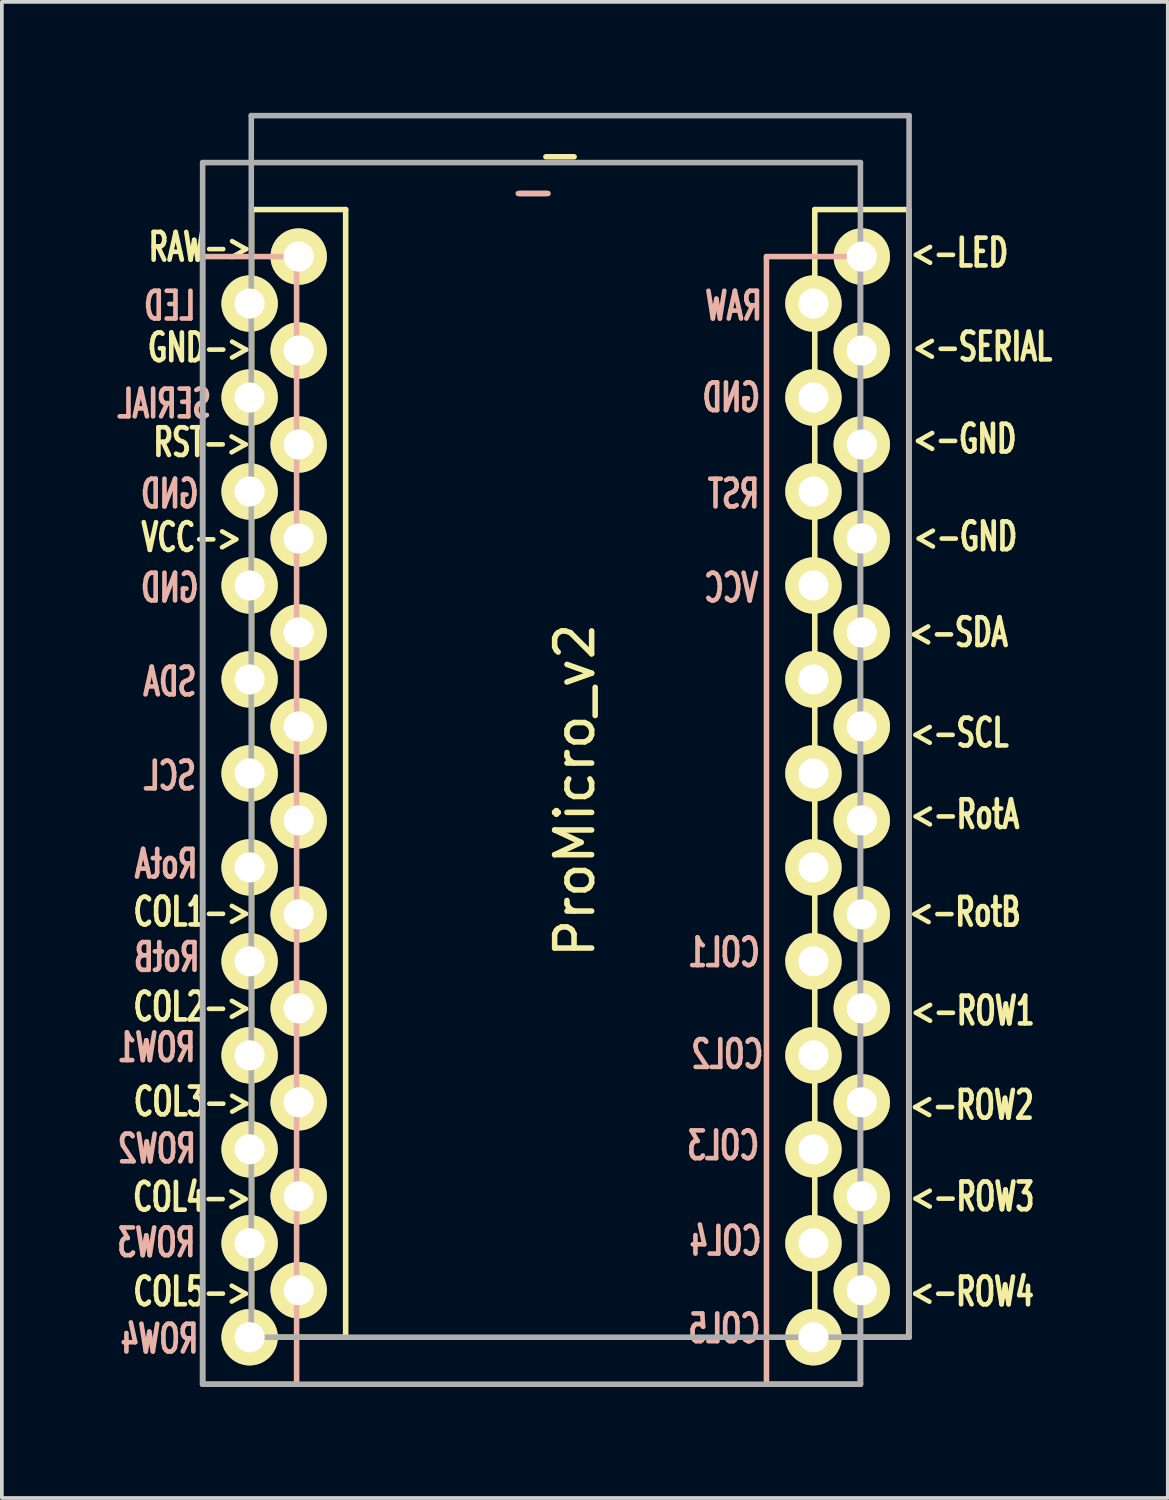
<source format=kicad_pcb>
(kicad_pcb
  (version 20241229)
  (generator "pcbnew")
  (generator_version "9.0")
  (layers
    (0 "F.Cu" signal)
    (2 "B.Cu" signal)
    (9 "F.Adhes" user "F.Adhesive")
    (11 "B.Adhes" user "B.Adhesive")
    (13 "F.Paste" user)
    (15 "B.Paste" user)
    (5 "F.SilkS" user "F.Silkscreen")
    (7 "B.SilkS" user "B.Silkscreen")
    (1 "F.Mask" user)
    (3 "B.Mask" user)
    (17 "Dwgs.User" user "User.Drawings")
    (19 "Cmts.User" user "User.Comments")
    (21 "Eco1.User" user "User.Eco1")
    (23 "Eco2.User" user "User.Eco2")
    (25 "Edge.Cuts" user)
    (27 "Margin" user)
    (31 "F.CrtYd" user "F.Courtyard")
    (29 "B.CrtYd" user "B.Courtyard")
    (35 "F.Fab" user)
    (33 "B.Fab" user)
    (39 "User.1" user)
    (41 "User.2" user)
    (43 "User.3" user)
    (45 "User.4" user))
  (footprint "ProMicro_v2"
    (layer "F.Cu")
    (at 12.587 18.363)
    (property "Reference" "ProMicro_v2" (at -0.1 -0.05 90) (layer "F.SilkS") (effects (font (size 1 1) (thickness 0.15))))
    (attr through_hole)
    (fp_line (start -8.834 -15.748) (end -6.294 -15.748) (stroke (width 0.15) (type solid)) (layer "F.SilkS"))
    (fp_line (start -8.834 14.732) (end -8.834 -15.748) (stroke (width 0.15) (type solid)) (layer "F.SilkS"))
    (fp_line (start -6.294 -15.748) (end -6.294 14.732) (stroke (width 0.15) (type solid)) (layer "F.SilkS"))
    (fp_line (start -6.294 14.732) (end -8.834 14.732) (stroke (width 0.15) (type solid)) (layer "F.SilkS"))
    (fp_line (start 6.386 -15.748) (end 8.926 -15.748) (stroke (width 0.15) (type solid)) (layer "F.SilkS"))
    (fp_line (start 6.386 14.732) (end 6.386 -15.748) (stroke (width 0.15) (type solid)) (layer "F.SilkS"))
    (fp_line (start 8.926 -15.748) (end 8.926 14.732) (stroke (width 0.15) (type solid)) (layer "F.SilkS"))
    (fp_line (start 8.926 14.732) (end 6.386 14.732) (stroke (width 0.15) (type solid)) (layer "F.SilkS"))
    (fp_line (start -10.16 -14.478) (end -7.62 -14.478) (stroke (width 0.15) (type solid)) (layer "B.SilkS"))
    (fp_line (start -10.16 16.002) (end -10.16 -14.478) (stroke (width 0.15) (type solid)) (layer "B.SilkS"))
    (fp_line (start -7.62 -14.478) (end -7.62 16.002) (stroke (width 0.15) (type solid)) (layer "B.SilkS"))
    (fp_line (start -7.62 16.002) (end -10.16 16.002) (stroke (width 0.15) (type solid)) (layer "B.SilkS"))
    (fp_line (start 5.08 -14.478) (end 7.62 -14.478) (stroke (width 0.15) (type solid)) (layer "B.SilkS"))
    (fp_line (start 5.08 16.002) (end 5.08 -14.478) (stroke (width 0.15) (type solid)) (layer "B.SilkS"))
    (fp_line (start 7.62 -14.478) (end 7.62 16.002) (stroke (width 0.15) (type solid)) (layer "B.SilkS"))
    (fp_line (start 7.62 16.002) (end 5.08 16.002) (stroke (width 0.15) (type solid)) (layer "B.SilkS"))
    (fp_line (start -10.16 -17.018) (end 7.62 -17.018) (stroke (width 0.15) (type solid)) (layer "F.Fab"))
    (fp_line (start -10.16 16.002) (end -10.16 -17.018) (stroke (width 0.15) (type solid)) (layer "F.Fab"))
    (fp_line (start -8.845 -18.288) (end 8.935 -18.288) (stroke (width 0.15) (type solid)) (layer "F.Fab"))
    (fp_line (start -8.845 14.732) (end -8.845 -18.288) (stroke (width 0.15) (type solid)) (layer "F.Fab"))
    (fp_line (start 7.62 -17.018) (end 7.62 16.002) (stroke (width 0.15) (type solid)) (layer "F.Fab"))
    (fp_line (start 7.62 16.002) (end -10.16 16.002) (stroke (width 0.15) (type solid)) (layer "F.Fab"))
    (fp_line (start 8.935 -18.288) (end 8.935 14.732) (stroke (width 0.15) (type solid)) (layer "F.Fab"))
    (fp_line (start 8.935 14.732) (end -8.845 14.732) (stroke (width 0.15) (type solid)) (layer "F.Fab"))
    (fp_text user "<-GND" (at 10.46 -6.91 0) (unlocked yes) (layer "F.SilkS") (effects (font (size 0.75 0.5) (thickness 0.125))))
    (fp_text user "VCC->" (at -10.467 -6.89 0) (unlocked yes) (layer "F.SilkS") (effects (font (size 0.75 0.5) (thickness 0.125))))
    (fp_text user "<-LED" (at 10.3 -14.58 0) (unlocked yes) (layer "F.SilkS") (effects (font (size 0.75 0.5) (thickness 0.125))))
    (fp_text user "COL1->" (at -10.441 3.233 0) (unlocked yes) (layer "F.SilkS") (effects (font (size 0.75 0.5) (thickness 0.125))))
    (fp_text user "COL2->" (at -10.442 5.8 0) (unlocked yes) (layer "F.SilkS") (effects (font (size 0.75 0.5) (thickness 0.125))))
    (fp_text user "RAW->" (at -10.234 -14.735 0) (unlocked yes) (layer "F.SilkS") (effects (font (size 0.75 0.5) (thickness 0.125))))
    (fp_text user "RST->" (at -10.176 -9.456 0) (unlocked yes) (layer "F.SilkS") (effects (font (size 0.75 0.5) (thickness 0.125))))
    (fp_text user "COL5->" (at -10.445 13.499 0) (unlocked yes) (layer "F.SilkS") (effects (font (size 0.75 0.5) (thickness 0.125))))
    (fp_text user "COL4->" (at -10.453 10.943 0) (unlocked yes) (layer "F.SilkS") (effects (font (size 0.75 0.5) (thickness 0.125))))
    (fp_text user "-" (at -0.5 -17.25 180) (layer "F.SilkS") (effects (font (size 1 1) (thickness 0.15))))
    (fp_text user "<-SCL" (at 10.302 -1.605 0) (unlocked yes) (layer "F.SilkS") (effects (font (size 0.75 0.5) (thickness 0.125))))
    (fp_text user "<-ROW3" (at 10.648 10.931 0) (unlocked yes) (layer "F.SilkS") (effects (font (size 0.75 0.5) (thickness 0.125))))
    (fp_text user "<-ROW1" (at 10.657 5.908 0) (unlocked yes) (layer "F.SilkS") (effects (font (size 0.75 0.5) (thickness 0.125))))
    (fp_text user "<-RotA" (at 10.45 0.6 0) (unlocked yes) (layer "F.SilkS") (effects (font (size 0.75 0.5) (thickness 0.125))))
    (fp_text user "<-SERIAL" (at 10.92 -12.04 0) (unlocked yes) (layer "F.SilkS") (effects (font (size 0.75 0.5) (thickness 0.125))))
    (fp_text user "<-GND" (at 10.44 -9.55 0) (unlocked yes) (layer "F.SilkS") (effects (font (size 0.75 0.5) (thickness 0.125))))
    (fp_text user "<-SDA" (at 10.272 -4.32 0) (unlocked yes) (layer "F.SilkS") (effects (font (size 0.75 0.5) (thickness 0.125))))
    (fp_text user "<-ROW2" (at 10.634 8.456 0) (unlocked yes) (layer "F.SilkS") (effects (font (size 0.75 0.5) (thickness 0.125))))
    (fp_text user "<-ROW4" (at 10.638 13.501 0) (unlocked yes) (layer "F.SilkS") (effects (font (size 0.75 0.5) (thickness 0.125))))
    (fp_text user "<-RotB" (at 10.45 3.24 0) (unlocked yes) (layer "F.SilkS") (effects (font (size 0.75 0.5) (thickness 0.125))))
    (fp_text user "GND->" (at -10.245 -12.018 0) (unlocked yes) (layer "F.SilkS") (effects (font (size 0.75 0.5) (thickness 0.125))))
    (fp_text user "COL3->" (at -10.433 8.365 0) (unlocked yes) (layer "F.SilkS") (effects (font (size 0.75 0.5) (thickness 0.125))))
    (fp_text user "RotA" (at -11.15 1.94 0) (unlocked yes) (layer "B.SilkS") (effects (font (size 0.75 0.5) (thickness 0.125)) (justify mirror)))
    (fp_text user "SDA" (at -11.049 -2.985 0) (unlocked yes) (layer "B.SilkS") (effects (font (size 0.75 0.5) (thickness 0.125)) (justify mirror)))
    (fp_text user "ROW1" (at -11.408 6.9 0) (unlocked yes) (layer "B.SilkS") (effects (font (size 0.75 0.5) (thickness 0.125)) (justify mirror)))
    (fp_text user "GND" (at -11.049 -8.065 0) (unlocked yes) (layer "B.SilkS") (effects (font (size 0.75 0.5) (thickness 0.125)) (justify mirror)))
    (fp_text user "COL3" (at 3.91 9.55 0) (unlocked yes) (layer "B.SilkS") (effects (font (size 0.75 0.5) (thickness 0.125)) (justify mirror)))
    (fp_text user "SERIAL" (at -11.2 -10.5 0) (unlocked yes) (layer "B.SilkS") (effects (font (size 0.75 0.5) (thickness 0.125)) (justify mirror)))
    (fp_text user "GND" (at 4.128 -10.668 0) (unlocked yes) (layer "B.SilkS") (effects (font (size 0.75 0.5) (thickness 0.125)) (justify mirror)))
    (fp_text user "VCC" (at 4.128 -5.524 0) (unlocked yes) (layer "B.SilkS") (effects (font (size 0.75 0.5) (thickness 0.125)) (justify mirror)))
    (fp_text user "ROW2" (at -11.397 9.636 0) (unlocked yes) (layer "B.SilkS") (effects (font (size 0.75 0.5) (thickness 0.125)) (justify mirror)))
    (fp_text user "-" (at -1.206 -16.256 180) (layer "B.SilkS") (effects (font (size 1 1) (thickness 0.15) (italic yes)) (justify mirror)))
    (fp_text user "ROW4" (at -11.327 14.776 0) (unlocked yes) (layer "B.SilkS") (effects (font (size 0.75 0.5) (thickness 0.125)) (justify mirror)))
    (fp_text user "LED" (at -11.049 -13.145 0) (unlocked yes) (layer "B.SilkS") (effects (font (size 0.75 0.5) (thickness 0.125)) (justify mirror)))
    (fp_text user "COL2" (at 4.023 7.084 0) (unlocked yes) (layer "B.SilkS") (effects (font (size 0.75 0.5) (thickness 0.125)) (justify mirror)))
    (fp_text user "ROW3" (at -11.41 12.173 0) (unlocked yes) (layer "B.SilkS") (effects (font (size 0.75 0.5) (thickness 0.125)) (justify mirror)))
    (fp_text user "RotB" (at -11.13 4.46 0) (unlocked yes) (layer "B.SilkS") (effects (font (size 0.75 0.5) (thickness 0.125)) (justify mirror)))
    (fp_text user "GND" (at -11.049 -5.524 0) (unlocked yes) (layer "B.SilkS") (effects (font (size 0.75 0.5) (thickness 0.125)) (justify mirror)))
    (fp_text user "-" (at -1.206 -16.256 180) (layer "B.SilkS") (effects (font (size 1 1) (thickness 0.15)) (justify mirror)))
    (fp_text user "SCL" (at -11.049 -0.445 0) (unlocked yes) (layer "B.SilkS") (effects (font (size 0.75 0.5) (thickness 0.125)) (justify mirror)))
    (fp_text user "COL4" (at 3.97 12.13 0) (unlocked yes) (layer "B.SilkS") (effects (font (size 0.75 0.5) (thickness 0.125)) (justify mirror)))
    (fp_text user "RST" (at 4.191 -8.065 0) (unlocked yes) (layer "B.SilkS") (effects (font (size 0.75 0.5) (thickness 0.125)) (justify mirror)))
    (fp_text user "COL5" (at 3.94 14.498 0) (unlocked yes) (layer "B.SilkS") (effects (font (size 0.75 0.5) (thickness 0.125)) (justify mirror)))
    (fp_text user "COL1" (at 3.931 4.333 0) (unlocked yes) (layer "B.SilkS") (effects (font (size 0.75 0.5) (thickness 0.125)) (justify mirror)))
    (fp_text user "RAW" (at 4.191 -13.145 0) (unlocked yes) (layer "B.SilkS") (effects (font (size 0.75 0.5) (thickness 0.125)) (justify mirror)))
    (pad "1" thru_hole circle (at -8.89 -13.208) (size 1.524 1.524) (drill 0.813) (layers "*.Cu" "*.Mask" "F.SilkS"))
    (pad "1" thru_hole circle (at 7.656 -14.478) (size 1.524 1.524) (drill 0.813) (layers "*.Cu" "*.Mask" "F.SilkS"))
    (pad "2" thru_hole circle (at -8.89 -10.668) (size 1.524 1.524) (drill 0.813) (layers "*.Cu" "*.Mask" "F.SilkS"))
    (pad "2" thru_hole circle (at 7.656 -11.938) (size 1.524 1.524) (drill 0.813) (layers "*.Cu" "*.Mask" "F.SilkS"))
    (pad "3" thru_hole circle (at -8.89 -8.128) (size 1.524 1.524) (drill 0.813) (layers "*.Cu" "*.Mask" "F.SilkS"))
    (pad "3" thru_hole circle (at 7.656 -9.398) (size 1.524 1.524) (drill 0.813) (layers "*.Cu" "*.Mask" "F.SilkS"))
    (pad "4" thru_hole circle (at -8.89 -5.588) (size 1.524 1.524) (drill 0.813) (layers "*.Cu" "*.Mask" "F.SilkS"))
    (pad "4" thru_hole circle (at 7.656 -6.858) (size 1.524 1.524) (drill 0.813) (layers "*.Cu" "*.Mask" "F.SilkS"))
    (pad "5" thru_hole circle (at -8.89 -3.048) (size 1.524 1.524) (drill 0.813) (layers "*.Cu" "*.Mask" "F.SilkS"))
    (pad "5" thru_hole circle (at 7.656 -4.318) (size 1.524 1.524) (drill 0.813) (layers "*.Cu" "*.Mask" "F.SilkS"))
    (pad "6" thru_hole circle (at -8.89 -0.508) (size 1.524 1.524) (drill 0.813) (layers "*.Cu" "*.Mask" "F.SilkS"))
    (pad "6" thru_hole circle (at 7.656 -1.778) (size 1.524 1.524) (drill 0.813) (layers "*.Cu" "*.Mask" "F.SilkS"))
    (pad "7" thru_hole circle (at -8.89 2.032) (size 1.524 1.524) (drill 0.813) (layers "*.Cu" "*.Mask" "F.SilkS"))
    (pad "7" thru_hole circle (at 7.656 0.762) (size 1.524 1.524) (drill 0.813) (layers "*.Cu" "*.Mask" "F.SilkS"))
    (pad "8" thru_hole circle (at -8.89 4.572) (size 1.524 1.524) (drill 0.813) (layers "*.Cu" "*.Mask" "F.SilkS"))
    (pad "8" thru_hole circle (at 7.656 3.302) (size 1.524 1.524) (drill 0.813) (layers "*.Cu" "*.Mask" "F.SilkS"))
    (pad "9" thru_hole circle (at -8.89 7.112) (size 1.524 1.524) (drill 0.813) (layers "*.Cu" "*.Mask" "F.SilkS"))
    (pad "9" thru_hole circle (at 7.656 5.842) (size 1.524 1.524) (drill 0.813) (layers "*.Cu" "*.Mask" "F.SilkS"))
    (pad "10" thru_hole circle (at -8.89 9.652) (size 1.524 1.524) (drill 0.813) (layers "*.Cu" "*.Mask" "F.SilkS"))
    (pad "10" thru_hole circle (at 7.656 8.382) (size 1.524 1.524) (drill 0.813) (layers "*.Cu" "*.Mask" "F.SilkS"))
    (pad "11" thru_hole circle (at -8.89 12.192) (size 1.524 1.524) (drill 0.813) (layers "*.Cu" "*.Mask" "F.SilkS"))
    (pad "11" thru_hole circle (at 7.656 10.922) (size 1.524 1.524) (drill 0.813) (layers "*.Cu" "*.Mask" "F.SilkS"))
    (pad "12" thru_hole circle (at -8.89 14.732) (size 1.524 1.524) (drill 0.813) (layers "*.Cu" "*.Mask" "F.SilkS"))
    (pad "12" thru_hole circle (at 7.656 13.462) (size 1.524 1.524) (drill 0.813) (layers "*.Cu" "*.Mask" "F.SilkS"))
    (pad "13" thru_hole circle (at -7.564 13.462) (size 1.524 1.524) (drill 0.813) (layers "*.Cu" "*.Mask" "F.SilkS"))
    (pad "13" thru_hole circle (at 6.35 14.732) (size 1.524 1.524) (drill 0.813) (layers "*.Cu" "*.Mask" "F.SilkS"))
    (pad "14" thru_hole circle (at -7.564 10.922) (size 1.524 1.524) (drill 0.813) (layers "*.Cu" "*.Mask" "F.SilkS"))
    (pad "14" thru_hole circle (at 6.35 12.192) (size 1.524 1.524) (drill 0.813) (layers "*.Cu" "*.Mask" "F.SilkS"))
    (pad "15" thru_hole circle (at -7.564 8.382) (size 1.524 1.524) (drill 0.813) (layers "*.Cu" "*.Mask" "F.SilkS"))
    (pad "15" thru_hole circle (at 6.35 9.652) (size 1.524 1.524) (drill 0.813) (layers "*.Cu" "*.Mask" "F.SilkS"))
    (pad "16" thru_hole circle (at -7.564 5.842) (size 1.524 1.524) (drill 0.813) (layers "*.Cu" "*.Mask" "F.SilkS"))
    (pad "16" thru_hole circle (at 6.35 7.112) (size 1.524 1.524) (drill 0.813) (layers "*.Cu" "*.Mask" "F.SilkS"))
    (pad "17" thru_hole circle (at -7.564 3.302) (size 1.524 1.524) (drill 0.813) (layers "*.Cu" "*.Mask" "F.SilkS"))
    (pad "17" thru_hole circle (at 6.35 4.572) (size 1.524 1.524) (drill 0.813) (layers "*.Cu" "*.Mask" "F.SilkS"))
    (pad "18" thru_hole circle (at -7.564 0.762) (size 1.524 1.524) (drill 0.813) (layers "*.Cu" "*.Mask" "F.SilkS"))
    (pad "18" thru_hole circle (at 6.35 2.032) (size 1.524 1.524) (drill 0.813) (layers "*.Cu" "*.Mask" "F.SilkS"))
    (pad "19" thru_hole circle (at -7.564 -1.778) (size 1.524 1.524) (drill 0.813) (layers "*.Cu" "*.Mask" "F.SilkS"))
    (pad "19" thru_hole circle (at 6.35 -0.508) (size 1.524 1.524) (drill 0.813) (layers "*.Cu" "*.Mask" "F.SilkS"))
    (pad "20" thru_hole circle (at -7.564 -4.318) (size 1.524 1.524) (drill 0.813) (layers "*.Cu" "*.Mask" "F.SilkS"))
    (pad "20" thru_hole circle (at 6.35 -3.048) (size 1.524 1.524) (drill 0.813) (layers "*.Cu" "*.Mask" "F.SilkS"))
    (pad "21" thru_hole circle (at -7.564 -6.858) (size 1.524 1.524) (drill 0.813) (layers "*.Cu" "*.Mask" "F.SilkS"))
    (pad "21" thru_hole circle (at 6.35 -5.588) (size 1.524 1.524) (drill 0.813) (layers "*.Cu" "*.Mask" "F.SilkS"))
    (pad "22" thru_hole circle (at -7.564 -9.398) (size 1.524 1.524) (drill 0.813) (layers "*.Cu" "*.Mask" "F.SilkS"))
    (pad "22" thru_hole circle (at 6.35 -8.128) (size 1.524 1.524) (drill 0.813) (layers "*.Cu" "*.Mask" "F.SilkS"))
    (pad "23" thru_hole circle (at -7.564 -11.938) (size 1.524 1.524) (drill 0.813) (layers "*.Cu" "*.Mask" "F.SilkS"))
    (pad "23" thru_hole circle (at 6.35 -10.668) (size 1.524 1.524) (drill 0.813) (layers "*.Cu" "*.Mask" "F.SilkS"))
    (pad "24" thru_hole circle (at -7.564 -14.478) (size 1.524 1.524) (drill 0.813) (layers "*.Cu" "*.Mask" "F.SilkS"))
    (pad "24" thru_hole circle (at 6.35 -13.208) (size 1.524 1.524) (drill 0.813) (layers "*.Cu" "*.Mask" "F.SilkS")))
  (gr_rect
    (start -3 -3)
    (end 28.514 37.44)
    (stroke (width 0.1) (type default))
    (fill no)
    (layer "Edge.Cuts")))
</source>
